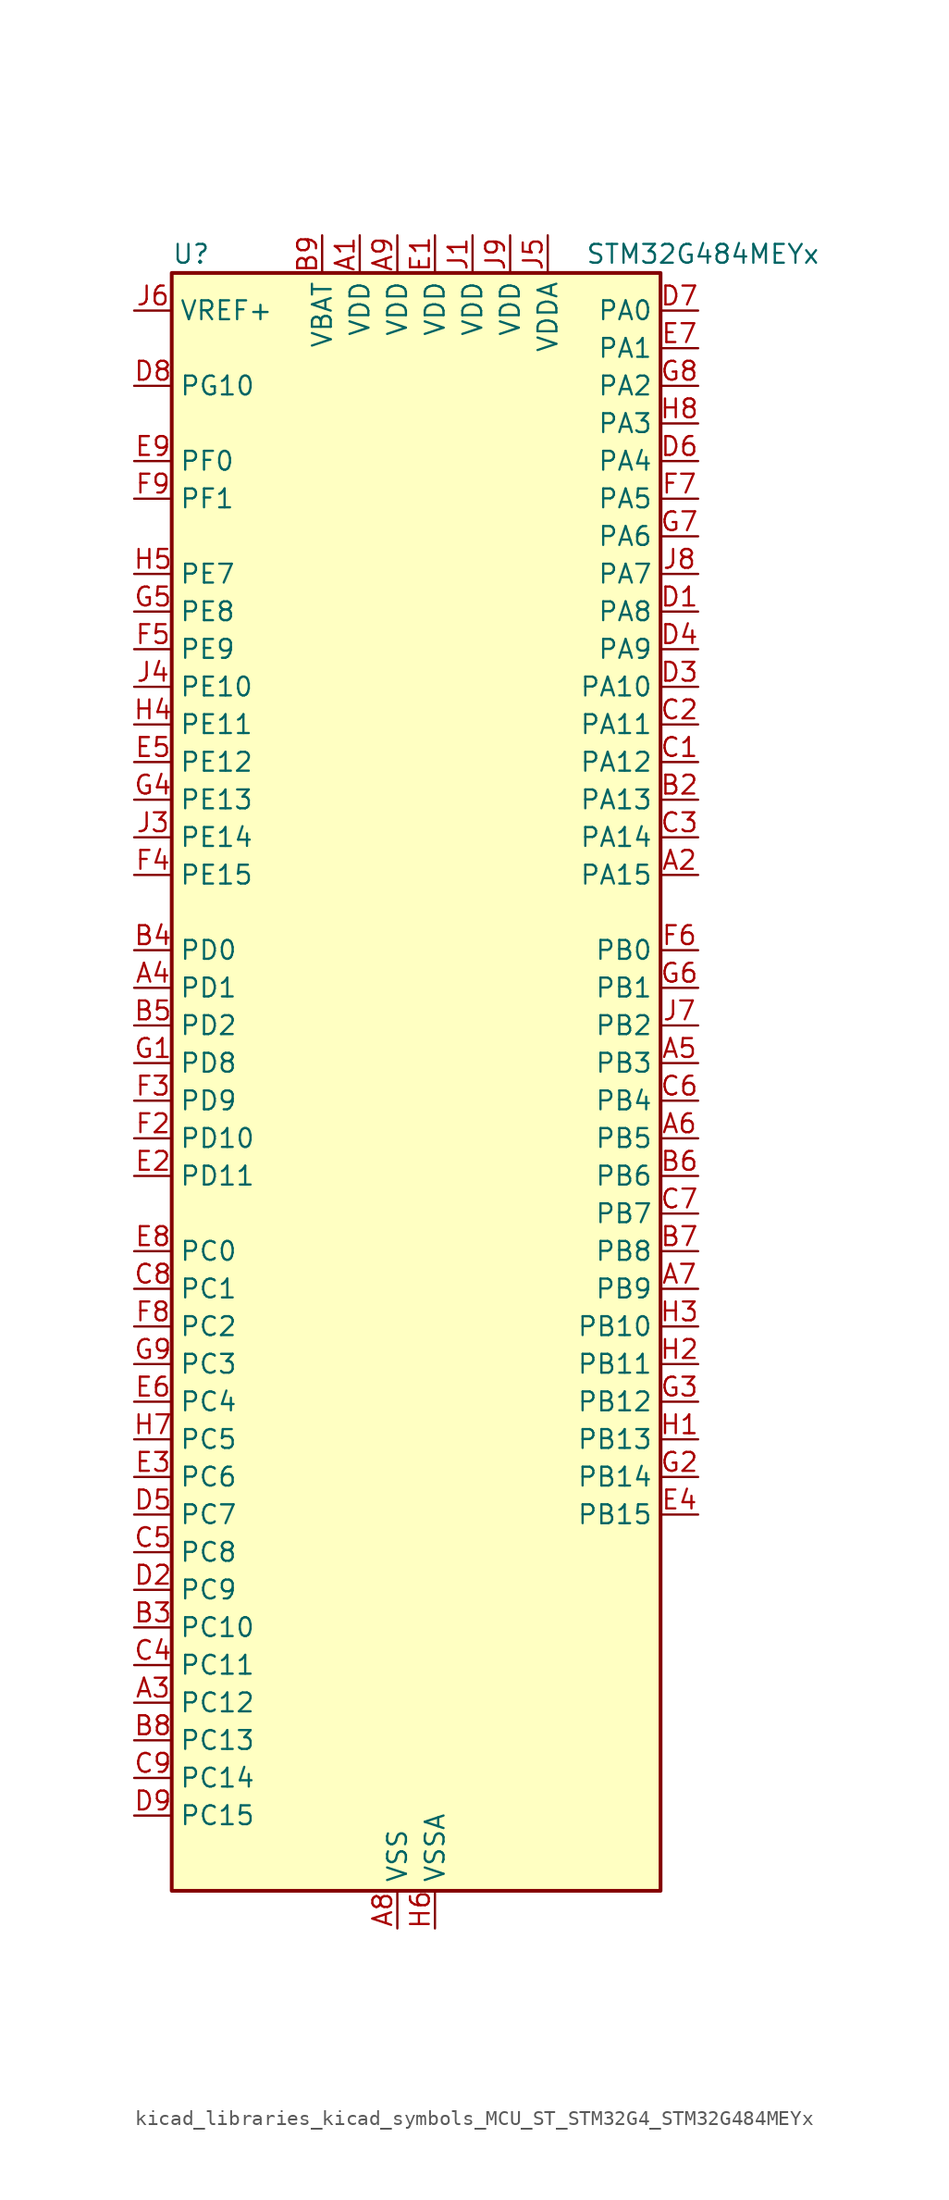
<source format=kicad_sym>
(kicad_symbol_lib
  (version 20220914)
  (generator kicad_symbol_editor)
  (symbol "kicad_libraries_kicad_symbols_MCU_ST_STM32G4_STM32G484MEYx"
    (property "Reference" "U"
      (at -15.24 57.15 0)
      (effects (font (size 1.27 1.27)) (justify left)))
    (property "Value" "STM32G484MEYx"
      (at 12.7 57.15 0)
      (effects (font (size 1.27 1.27)) (justify left)))
    (property "ki_locked" ""
      (at 0 0 0)
      (effects (font (size 1.27 1.27))))
    (symbol "kicad_libraries_kicad_symbols_MCU_ST_STM32G4_STM32G484MEYx_0_1"
      (rectangle (start -15.24 -53.34) (end 17.78 55.88) (stroke (width 0.254) (type default)) (fill (type background))))
    (symbol "kicad_libraries_kicad_symbols_MCU_ST_STM32G4_STM32G484MEYx_1_1"
      (pin power_in line (at -2.54 58.42 270) (length 2.54) (name "VDD" (effects (font (size 1.27 1.27)))) (number "A1" (effects (font (size 1.27 1.27)))))
      (pin bidirectional line (at 20.32 15.24 180) (length 2.54) (name "PA15" (effects (font (size 1.27 1.27)))) (number "A2" (effects (font (size 1.27 1.27)))) (alternate "ADC1_EXTI15" bidirectional line) (alternate "ADC2_EXTI15" bidirectional line) (alternate "FDCAN3_TX" bidirectional line) (alternate "HRTIM1_FLT2" bidirectional line) (alternate "I2C1_SCL" bidirectional line) (alternate "I2S3_WS" bidirectional line) (alternate "SPI1_NSS" bidirectional line) (alternate "SPI3_NSS" bidirectional line) (alternate "SYS_JTDI" bidirectional line) (alternate "TIM1_BKIN" bidirectional line) (alternate "TIM2_CH1" bidirectional line) (alternate "TIM2_ETR" bidirectional line) (alternate "TIM8_CH1" bidirectional line) (alternate "UART4_DE" bidirectional line) (alternate "UART4_RTS" bidirectional line) (alternate "USART2_RX" bidirectional line))
      (pin bidirectional line (at -17.78 -40.64 0) (length 2.54) (name "PC12" (effects (font (size 1.27 1.27)))) (number "A3" (effects (font (size 1.27 1.27)))) (alternate "HRTIM1_EEV1" bidirectional line) (alternate "I2S3_SD" bidirectional line) (alternate "SPI3_MOSI" bidirectional line) (alternate "TIM5_CH2" bidirectional line) (alternate "TIM8_CH3N" bidirectional line) (alternate "UART5_TX" bidirectional line) (alternate "UCPD1_FRSTX1" bidirectional line) (alternate "UCPD1_FRSTX2" bidirectional line) (alternate "USART3_CK" bidirectional line))
      (pin bidirectional line (at -17.78 7.62 0) (length 2.54) (name "PD1" (effects (font (size 1.27 1.27)))) (number "A4" (effects (font (size 1.27 1.27)))) (alternate "FDCAN1_TX" bidirectional line) (alternate "TIM8_BKIN2" bidirectional line) (alternate "TIM8_CH4" bidirectional line))
      (pin bidirectional line (at 20.32 2.54 180) (length 2.54) (name "PB3" (effects (font (size 1.27 1.27)))) (number "A5" (effects (font (size 1.27 1.27)))) (alternate "ADC3_EXTI3" bidirectional line) (alternate "ADC4_EXTI3" bidirectional line) (alternate "ADC5_EXTI3" bidirectional line) (alternate "CRS_SYNC" bidirectional line) (alternate "FDCAN3_RX" bidirectional line) (alternate "HRTIM1_EEV9" bidirectional line) (alternate "HRTIM1_SCOUT" bidirectional line) (alternate "I2S3_CK" bidirectional line) (alternate "SAI1_SCK_B" bidirectional line) (alternate "SPI1_SCK" bidirectional line) (alternate "SPI3_SCK" bidirectional line) (alternate "SYS_JTDO-SWO" bidirectional line) (alternate "TIM2_CH2" bidirectional line) (alternate "TIM3_ETR" bidirectional line) (alternate "TIM4_ETR" bidirectional line) (alternate "TIM8_CH1N" bidirectional line) (alternate "USART2_TX" bidirectional line))
      (pin bidirectional line (at 20.32 -2.54 180) (length 2.54) (name "PB5" (effects (font (size 1.27 1.27)))) (number "A6" (effects (font (size 1.27 1.27)))) (alternate "FDCAN2_RX" bidirectional line) (alternate "HRTIM1_EEV6" bidirectional line) (alternate "I2C1_SMBA" bidirectional line) (alternate "I2C3_SDA" bidirectional line) (alternate "I2S3_SD" bidirectional line) (alternate "LPTIM1_IN1" bidirectional line) (alternate "SAI1_SD_B" bidirectional line) (alternate "SPI1_MOSI" bidirectional line) (alternate "SPI3_MOSI" bidirectional line) (alternate "TIM16_BKIN" bidirectional line) (alternate "TIM17_CH1" bidirectional line) (alternate "TIM3_CH2" bidirectional line) (alternate "TIM8_CH3N" bidirectional line) (alternate "UART5_CTS" bidirectional line) (alternate "USART2_CK" bidirectional line))
      (pin bidirectional line (at 20.32 -12.7 180) (length 2.54) (name "PB9" (effects (font (size 1.27 1.27)))) (number "A7" (effects (font (size 1.27 1.27)))) (alternate "COMP2_OUT" bidirectional line) (alternate "DAC1_EXTI9" bidirectional line) (alternate "DAC2_EXTI9" bidirectional line) (alternate "DAC3_EXTI9" bidirectional line) (alternate "DAC4_EXTI9" bidirectional line) (alternate "FDCAN1_TX" bidirectional line) (alternate "HRTIM1_EEV5" bidirectional line) (alternate "I2C1_SDA" bidirectional line) (alternate "IR_OUT" bidirectional line) (alternate "SAI1_D2" bidirectional line) (alternate "SAI1_FS_A" bidirectional line) (alternate "TIM17_CH1" bidirectional line) (alternate "TIM1_CH3N" bidirectional line) (alternate "TIM4_CH4" bidirectional line) (alternate "TIM8_CH3" bidirectional line) (alternate "USART3_TX" bidirectional line))
      (pin power_in line (at 0 -55.88 90) (length 2.54) (name "VSS" (effects (font (size 1.27 1.27)))) (number "A8" (effects (font (size 1.27 1.27)))))
      (pin power_in line (at 0 58.42 270) (length 2.54) (name "VDD" (effects (font (size 1.27 1.27)))) (number "A9" (effects (font (size 1.27 1.27)))))
      (pin passive line (at 0 -55.88 90) (length 2.54) hide (name "VSS" (effects (font (size 1.27 1.27)))) (number "B1" (effects (font (size 1.27 1.27)))))
      (pin bidirectional line (at 20.32 20.32 180) (length 2.54) (name "PA13" (effects (font (size 1.27 1.27)))) (number "B2" (effects (font (size 1.27 1.27)))) (alternate "I2C1_SCL" bidirectional line) (alternate "I2C4_SCL" bidirectional line) (alternate "IR_OUT" bidirectional line) (alternate "SAI1_SD_B" bidirectional line) (alternate "SYS_JTMS-SWDIO" bidirectional line) (alternate "TIM16_CH1N" bidirectional line) (alternate "TIM4_CH3" bidirectional line) (alternate "USART3_CTS" bidirectional line) (alternate "USART3_NSS" bidirectional line))
      (pin bidirectional line (at -17.78 -35.56 0) (length 2.54) (name "PC10" (effects (font (size 1.27 1.27)))) (number "B3" (effects (font (size 1.27 1.27)))) (alternate "DAC1_EXTI10" bidirectional line) (alternate "DAC2_EXTI10" bidirectional line) (alternate "DAC3_EXTI10" bidirectional line) (alternate "DAC4_EXTI10" bidirectional line) (alternate "HRTIM1_FLT6" bidirectional line) (alternate "I2S3_CK" bidirectional line) (alternate "SPI3_SCK" bidirectional line) (alternate "TIM8_CH1N" bidirectional line) (alternate "UART4_TX" bidirectional line) (alternate "USART3_TX" bidirectional line))
      (pin bidirectional line (at -17.78 10.16 0) (length 2.54) (name "PD0" (effects (font (size 1.27 1.27)))) (number "B4" (effects (font (size 1.27 1.27)))) (alternate "FDCAN1_RX" bidirectional line) (alternate "TIM8_CH4N" bidirectional line))
      (pin bidirectional line (at -17.78 5.08 0) (length 2.54) (name "PD2" (effects (font (size 1.27 1.27)))) (number "B5" (effects (font (size 1.27 1.27)))) (alternate "ADC3_EXTI2" bidirectional line) (alternate "ADC4_EXTI2" bidirectional line) (alternate "ADC5_EXTI2" bidirectional line) (alternate "TIM3_ETR" bidirectional line) (alternate "TIM8_BKIN" bidirectional line) (alternate "UART5_RX" bidirectional line))
      (pin bidirectional line (at 20.32 -5.08 180) (length 2.54) (name "PB6" (effects (font (size 1.27 1.27)))) (number "B6" (effects (font (size 1.27 1.27)))) (alternate "COMP4_OUT" bidirectional line) (alternate "FDCAN2_TX" bidirectional line) (alternate "HRTIM1_EEV4" bidirectional line) (alternate "HRTIM1_SCIN" bidirectional line) (alternate "LPTIM1_ETR" bidirectional line) (alternate "SAI1_FS_B" bidirectional line) (alternate "TIM16_CH1N" bidirectional line) (alternate "TIM4_CH1" bidirectional line) (alternate "TIM8_BKIN2" bidirectional line) (alternate "TIM8_CH1" bidirectional line) (alternate "TIM8_ETR" bidirectional line) (alternate "UCPD1_CC1" bidirectional line) (alternate "USART1_TX" bidirectional line))
      (pin bidirectional line (at 20.32 -10.16 180) (length 2.54) (name "PB8" (effects (font (size 1.27 1.27)))) (number "B7" (effects (font (size 1.27 1.27)))) (alternate "COMP1_OUT" bidirectional line) (alternate "FDCAN1_RX" bidirectional line) (alternate "HRTIM1_EEV8" bidirectional line) (alternate "I2C1_SCL" bidirectional line) (alternate "SAI1_CK1" bidirectional line) (alternate "SAI1_MCLK_A" bidirectional line) (alternate "TIM16_CH1" bidirectional line) (alternate "TIM1_BKIN" bidirectional line) (alternate "TIM4_CH3" bidirectional line) (alternate "TIM8_CH2" bidirectional line) (alternate "USART3_RX" bidirectional line))
      (pin bidirectional line (at -17.78 -43.18 0) (length 2.54) (name "PC13" (effects (font (size 1.27 1.27)))) (number "B8" (effects (font (size 1.27 1.27)))) (alternate "RTC_OUT1" bidirectional line) (alternate "RTC_TAMP1" bidirectional line) (alternate "RTC_TS" bidirectional line) (alternate "SYS_WKUP2" bidirectional line) (alternate "TIM1_BKIN" bidirectional line) (alternate "TIM1_CH1N" bidirectional line) (alternate "TIM8_CH4N" bidirectional line))
      (pin power_in line (at -5.08 58.42 270) (length 2.54) (name "VBAT" (effects (font (size 1.27 1.27)))) (number "B9" (effects (font (size 1.27 1.27)))))
      (pin bidirectional line (at 20.32 22.86 180) (length 2.54) (name "PA12" (effects (font (size 1.27 1.27)))) (number "C1" (effects (font (size 1.27 1.27)))) (alternate "COMP2_OUT" bidirectional line) (alternate "FDCAN1_TX" bidirectional line) (alternate "HRTIM1_FLT1" bidirectional line) (alternate "I2S_CKIN" bidirectional line) (alternate "TIM16_CH1" bidirectional line) (alternate "TIM1_CH2N" bidirectional line) (alternate "TIM1_ETR" bidirectional line) (alternate "TIM4_CH2" bidirectional line) (alternate "USART1_DE" bidirectional line) (alternate "USART1_RTS" bidirectional line) (alternate "USB_DP" bidirectional line))
      (pin bidirectional line (at 20.32 25.4 180) (length 2.54) (name "PA11" (effects (font (size 1.27 1.27)))) (number "C2" (effects (font (size 1.27 1.27)))) (alternate "ADC1_EXTI11" bidirectional line) (alternate "ADC2_EXTI11" bidirectional line) (alternate "COMP1_OUT" bidirectional line) (alternate "FDCAN1_RX" bidirectional line) (alternate "HRTIM1_CHB2" bidirectional line) (alternate "I2S2_SD" bidirectional line) (alternate "SPI2_MOSI" bidirectional line) (alternate "TIM1_BKIN2" bidirectional line) (alternate "TIM1_CH1N" bidirectional line) (alternate "TIM1_CH4" bidirectional line) (alternate "TIM4_CH1" bidirectional line) (alternate "USART1_CTS" bidirectional line) (alternate "USART1_NSS" bidirectional line) (alternate "USB_DM" bidirectional line))
      (pin bidirectional line (at 20.32 17.78 180) (length 2.54) (name "PA14" (effects (font (size 1.27 1.27)))) (number "C3" (effects (font (size 1.27 1.27)))) (alternate "I2C1_SDA" bidirectional line) (alternate "I2C4_SMBA" bidirectional line) (alternate "LPTIM1_OUT" bidirectional line) (alternate "SAI1_FS_B" bidirectional line) (alternate "SYS_JTCK-SWCLK" bidirectional line) (alternate "TIM1_BKIN" bidirectional line) (alternate "TIM8_CH2" bidirectional line) (alternate "USART2_TX" bidirectional line))
      (pin bidirectional line (at -17.78 -38.1 0) (length 2.54) (name "PC11" (effects (font (size 1.27 1.27)))) (number "C4" (effects (font (size 1.27 1.27)))) (alternate "ADC1_EXTI11" bidirectional line) (alternate "ADC2_EXTI11" bidirectional line) (alternate "HRTIM1_EEV2" bidirectional line) (alternate "I2C3_SDA" bidirectional line) (alternate "SPI3_MISO" bidirectional line) (alternate "TIM8_CH2N" bidirectional line) (alternate "UART4_RX" bidirectional line) (alternate "USART3_RX" bidirectional line))
      (pin bidirectional line (at -17.78 -30.48 0) (length 2.54) (name "PC8" (effects (font (size 1.27 1.27)))) (number "C5" (effects (font (size 1.27 1.27)))) (alternate "COMP7_OUT" bidirectional line) (alternate "HRTIM1_CHE1" bidirectional line) (alternate "I2C3_SCL" bidirectional line) (alternate "TIM20_CH3" bidirectional line) (alternate "TIM3_CH3" bidirectional line) (alternate "TIM8_CH3" bidirectional line))
      (pin bidirectional line (at 20.32 0 180) (length 2.54) (name "PB4" (effects (font (size 1.27 1.27)))) (number "C6" (effects (font (size 1.27 1.27)))) (alternate "FDCAN3_TX" bidirectional line) (alternate "HRTIM1_EEV7" bidirectional line) (alternate "SAI1_MCLK_B" bidirectional line) (alternate "SPI1_MISO" bidirectional line) (alternate "SPI3_MISO" bidirectional line) (alternate "SYS_JTRST" bidirectional line) (alternate "TIM16_CH1" bidirectional line) (alternate "TIM17_BKIN" bidirectional line) (alternate "TIM3_CH1" bidirectional line) (alternate "TIM8_CH2N" bidirectional line) (alternate "UART5_DE" bidirectional line) (alternate "UART5_RTS" bidirectional line) (alternate "UCPD1_CC2" bidirectional line) (alternate "USART2_RX" bidirectional line))
      (pin bidirectional line (at 20.32 -7.62 180) (length 2.54) (name "PB7" (effects (font (size 1.27 1.27)))) (number "C7" (effects (font (size 1.27 1.27)))) (alternate "COMP3_OUT" bidirectional line) (alternate "HRTIM1_EEV3" bidirectional line) (alternate "I2C1_SDA" bidirectional line) (alternate "I2C4_SDA" bidirectional line) (alternate "LPTIM1_IN2" bidirectional line) (alternate "SYS_PVD_IN" bidirectional line) (alternate "TIM17_CH1N" bidirectional line) (alternate "TIM3_CH4" bidirectional line) (alternate "TIM4_CH2" bidirectional line) (alternate "TIM8_BKIN" bidirectional line) (alternate "UART4_CTS" bidirectional line) (alternate "USART1_RX" bidirectional line))
      (pin bidirectional line (at -17.78 -12.7 0) (length 2.54) (name "PC1" (effects (font (size 1.27 1.27)))) (number "C8" (effects (font (size 1.27 1.27)))) (alternate "ADC1_IN7" bidirectional line) (alternate "ADC2_IN7" bidirectional line) (alternate "COMP3_INP" bidirectional line) (alternate "LPTIM1_OUT" bidirectional line) (alternate "LPUART1_TX" bidirectional line) (alternate "QUADSPI1_BK2_IO0" bidirectional line) (alternate "SAI1_SD_A" bidirectional line) (alternate "TIM1_CH2" bidirectional line))
      (pin bidirectional line (at -17.78 -45.72 0) (length 2.54) (name "PC14" (effects (font (size 1.27 1.27)))) (number "C9" (effects (font (size 1.27 1.27)))) (alternate "RCC_OSC32_IN" bidirectional line))
      (pin bidirectional line (at 20.32 33.02 180) (length 2.54) (name "PA8" (effects (font (size 1.27 1.27)))) (number "D1" (effects (font (size 1.27 1.27)))) (alternate "ADC5_IN1" bidirectional line) (alternate "COMP7_OUT" bidirectional line) (alternate "FDCAN3_RX" bidirectional line) (alternate "HRTIM1_CHA1" bidirectional line) (alternate "I2C2_SDA" bidirectional line) (alternate "I2C3_SCL" bidirectional line) (alternate "I2S2_MCK" bidirectional line) (alternate "OPAMP5_VOUT" bidirectional line) (alternate "RCC_MCO" bidirectional line) (alternate "SAI1_CK2" bidirectional line) (alternate "SAI1_SCK_A" bidirectional line) (alternate "TIM1_CH1" bidirectional line) (alternate "TIM4_ETR" bidirectional line) (alternate "USART1_CK" bidirectional line))
      (pin bidirectional line (at -17.78 -33.02 0) (length 2.54) (name "PC9" (effects (font (size 1.27 1.27)))) (number "D2" (effects (font (size 1.27 1.27)))) (alternate "DAC1_EXTI9" bidirectional line) (alternate "DAC2_EXTI9" bidirectional line) (alternate "DAC3_EXTI9" bidirectional line) (alternate "DAC4_EXTI9" bidirectional line) (alternate "HRTIM1_CHE2" bidirectional line) (alternate "I2C3_SDA" bidirectional line) (alternate "I2S_CKIN" bidirectional line) (alternate "TIM3_CH4" bidirectional line) (alternate "TIM8_BKIN2" bidirectional line) (alternate "TIM8_CH4" bidirectional line))
      (pin bidirectional line (at 20.32 27.94 180) (length 2.54) (name "PA10" (effects (font (size 1.27 1.27)))) (number "D3" (effects (font (size 1.27 1.27)))) (alternate "COMP6_OUT" bidirectional line) (alternate "CRS_SYNC" bidirectional line) (alternate "DAC1_EXTI10" bidirectional line) (alternate "DAC2_EXTI10" bidirectional line) (alternate "DAC3_EXTI10" bidirectional line) (alternate "DAC4_EXTI10" bidirectional line) (alternate "HRTIM1_CHB1" bidirectional line) (alternate "I2C2_SMBA" bidirectional line) (alternate "SAI1_D1" bidirectional line) (alternate "SAI1_SD_A" bidirectional line) (alternate "SPI2_MISO" bidirectional line) (alternate "TIM17_BKIN" bidirectional line) (alternate "TIM1_CH3" bidirectional line) (alternate "TIM2_CH4" bidirectional line) (alternate "TIM8_BKIN" bidirectional line) (alternate "UCPD1_DBCC2" bidirectional line) (alternate "USART1_RX" bidirectional line))
      (pin bidirectional line (at 20.32 30.48 180) (length 2.54) (name "PA9" (effects (font (size 1.27 1.27)))) (number "D4" (effects (font (size 1.27 1.27)))) (alternate "ADC5_IN2" bidirectional line) (alternate "COMP5_OUT" bidirectional line) (alternate "DAC1_EXTI9" bidirectional line) (alternate "DAC2_EXTI9" bidirectional line) (alternate "DAC3_EXTI9" bidirectional line) (alternate "DAC4_EXTI9" bidirectional line) (alternate "HRTIM1_CHA2" bidirectional line) (alternate "I2C2_SCL" bidirectional line) (alternate "I2C3_SMBA" bidirectional line) (alternate "I2S3_MCK" bidirectional line) (alternate "SAI1_FS_A" bidirectional line) (alternate "TIM15_BKIN" bidirectional line) (alternate "TIM1_CH2" bidirectional line) (alternate "TIM2_CH3" bidirectional line) (alternate "UCPD1_DBCC1" bidirectional line) (alternate "USART1_TX" bidirectional line))
      (pin bidirectional line (at -17.78 -27.94 0) (length 2.54) (name "PC7" (effects (font (size 1.27 1.27)))) (number "D5" (effects (font (size 1.27 1.27)))) (alternate "COMP5_OUT" bidirectional line) (alternate "HRTIM1_CHF2" bidirectional line) (alternate "HRTIM1_FLT5" bidirectional line) (alternate "I2C4_SDA" bidirectional line) (alternate "I2S3_MCK" bidirectional line) (alternate "TIM3_CH2" bidirectional line) (alternate "TIM8_CH2" bidirectional line))
      (pin bidirectional line (at 20.32 43.18 180) (length 2.54) (name "PA4" (effects (font (size 1.27 1.27)))) (number "D6" (effects (font (size 1.27 1.27)))) (alternate "ADC2_IN17" bidirectional line) (alternate "COMP1_INM" bidirectional line) (alternate "DAC1_OUT1" bidirectional line) (alternate "I2S3_WS" bidirectional line) (alternate "SAI1_FS_B" bidirectional line) (alternate "SPI1_NSS" bidirectional line) (alternate "SPI3_NSS" bidirectional line) (alternate "TIM3_CH2" bidirectional line) (alternate "USART2_CK" bidirectional line))
      (pin bidirectional line (at 20.32 53.34 180) (length 2.54) (name "PA0" (effects (font (size 1.27 1.27)))) (number "D7" (effects (font (size 1.27 1.27)))) (alternate "ADC1_IN1" bidirectional line) (alternate "ADC2_IN1" bidirectional line) (alternate "COMP1_INM" bidirectional line) (alternate "COMP1_OUT" bidirectional line) (alternate "COMP3_INP" bidirectional line) (alternate "RTC_TAMP2" bidirectional line) (alternate "SYS_WKUP1" bidirectional line) (alternate "TIM2_CH1" bidirectional line) (alternate "TIM2_ETR" bidirectional line) (alternate "TIM5_CH1" bidirectional line) (alternate "TIM8_BKIN" bidirectional line) (alternate "TIM8_ETR" bidirectional line) (alternate "USART2_CTS" bidirectional line) (alternate "USART2_NSS" bidirectional line))
      (pin bidirectional line (at -17.78 48.26 0) (length 2.54) (name "PG10" (effects (font (size 1.27 1.27)))) (number "D8" (effects (font (size 1.27 1.27)))) (alternate "DAC1_EXTI10" bidirectional line) (alternate "DAC2_EXTI10" bidirectional line) (alternate "DAC3_EXTI10" bidirectional line) (alternate "DAC4_EXTI10" bidirectional line) (alternate "RCC_MCO" bidirectional line))
      (pin bidirectional line (at -17.78 -48.26 0) (length 2.54) (name "PC15" (effects (font (size 1.27 1.27)))) (number "D9" (effects (font (size 1.27 1.27)))) (alternate "ADC1_EXTI15" bidirectional line) (alternate "ADC2_EXTI15" bidirectional line) (alternate "RCC_OSC32_OUT" bidirectional line))
      (pin power_in line (at 2.54 58.42 270) (length 2.54) (name "VDD" (effects (font (size 1.27 1.27)))) (number "E1" (effects (font (size 1.27 1.27)))))
      (pin bidirectional line (at -17.78 -5.08 0) (length 2.54) (name "PD11" (effects (font (size 1.27 1.27)))) (number "E2" (effects (font (size 1.27 1.27)))) (alternate "ADC1_EXTI11" bidirectional line) (alternate "ADC2_EXTI11" bidirectional line) (alternate "ADC3_IN8" bidirectional line) (alternate "ADC4_IN8" bidirectional line) (alternate "ADC5_IN8" bidirectional line) (alternate "COMP6_INP" bidirectional line) (alternate "I2C4_SMBA" bidirectional line) (alternate "OPAMP4_VINP" bidirectional line) (alternate "OPAMP4_VINP_SEC" bidirectional line) (alternate "TIM5_ETR" bidirectional line) (alternate "USART3_CTS" bidirectional line) (alternate "USART3_NSS" bidirectional line))
      (pin bidirectional line (at -17.78 -25.4 0) (length 2.54) (name "PC6" (effects (font (size 1.27 1.27)))) (number "E3" (effects (font (size 1.27 1.27)))) (alternate "COMP6_OUT" bidirectional line) (alternate "HRTIM1_CHF1" bidirectional line) (alternate "HRTIM1_EEV10" bidirectional line) (alternate "I2C4_SCL" bidirectional line) (alternate "I2S2_MCK" bidirectional line) (alternate "TIM3_CH1" bidirectional line) (alternate "TIM8_CH1" bidirectional line))
      (pin bidirectional line (at 20.32 -27.94 180) (length 2.54) (name "PB15" (effects (font (size 1.27 1.27)))) (number "E4" (effects (font (size 1.27 1.27)))) (alternate "ADC1_EXTI15" bidirectional line) (alternate "ADC2_EXTI15" bidirectional line) (alternate "ADC2_IN15" bidirectional line) (alternate "ADC4_IN5" bidirectional line) (alternate "COMP3_OUT" bidirectional line) (alternate "COMP6_INM" bidirectional line) (alternate "HRTIM1_CHD2" bidirectional line) (alternate "I2S2_SD" bidirectional line) (alternate "OPAMP5_VINM" bidirectional line) (alternate "OPAMP5_VINM0" bidirectional line) (alternate "OPAMP5_VINM_SEC" bidirectional line) (alternate "RTC_REFIN" bidirectional line) (alternate "SPI2_MOSI" bidirectional line) (alternate "TIM15_CH1N" bidirectional line) (alternate "TIM15_CH2" bidirectional line) (alternate "TIM1_CH3N" bidirectional line))
      (pin bidirectional line (at -17.78 22.86 0) (length 2.54) (name "PE12" (effects (font (size 1.27 1.27)))) (number "E5" (effects (font (size 1.27 1.27)))) (alternate "ADC3_IN16" bidirectional line) (alternate "ADC4_IN16" bidirectional line) (alternate "ADC5_IN16" bidirectional line) (alternate "QUADSPI1_BK1_IO0" bidirectional line) (alternate "SPI4_SCK" bidirectional line) (alternate "TIM1_CH3N" bidirectional line))
      (pin bidirectional line (at -17.78 -20.32 0) (length 2.54) (name "PC4" (effects (font (size 1.27 1.27)))) (number "E6" (effects (font (size 1.27 1.27)))) (alternate "ADC2_IN5" bidirectional line) (alternate "I2C2_SCL" bidirectional line) (alternate "QUADSPI1_BK2_IO3" bidirectional line) (alternate "TIM1_ETR" bidirectional line) (alternate "USART1_TX" bidirectional line))
      (pin bidirectional line (at 20.32 50.8 180) (length 2.54) (name "PA1" (effects (font (size 1.27 1.27)))) (number "E7" (effects (font (size 1.27 1.27)))) (alternate "ADC1_IN2" bidirectional line) (alternate "ADC2_IN2" bidirectional line) (alternate "COMP1_INP" bidirectional line) (alternate "OPAMP1_VINP" bidirectional line) (alternate "OPAMP1_VINP_SEC" bidirectional line) (alternate "OPAMP3_VINP" bidirectional line) (alternate "OPAMP3_VINP_SEC" bidirectional line) (alternate "OPAMP6_VINM" bidirectional line) (alternate "OPAMP6_VINM0" bidirectional line) (alternate "OPAMP6_VINM_SEC" bidirectional line) (alternate "RTC_REFIN" bidirectional line) (alternate "TIM15_CH1N" bidirectional line) (alternate "TIM2_CH2" bidirectional line) (alternate "TIM5_CH2" bidirectional line) (alternate "USART2_DE" bidirectional line) (alternate "USART2_RTS" bidirectional line))
      (pin bidirectional line (at -17.78 -10.16 0) (length 2.54) (name "PC0" (effects (font (size 1.27 1.27)))) (number "E8" (effects (font (size 1.27 1.27)))) (alternate "ADC1_IN6" bidirectional line) (alternate "ADC2_IN6" bidirectional line) (alternate "COMP3_INM" bidirectional line) (alternate "LPTIM1_IN1" bidirectional line) (alternate "LPUART1_RX" bidirectional line) (alternate "TIM1_CH1" bidirectional line))
      (pin bidirectional line (at -17.78 43.18 0) (length 2.54) (name "PF0" (effects (font (size 1.27 1.27)))) (number "E9" (effects (font (size 1.27 1.27)))) (alternate "ADC1_IN10" bidirectional line) (alternate "I2C2_SDA" bidirectional line) (alternate "I2S2_WS" bidirectional line) (alternate "RCC_OSC_IN" bidirectional line) (alternate "SPI2_NSS" bidirectional line) (alternate "TIM1_CH3N" bidirectional line))
      (pin passive line (at 0 -55.88 90) (length 2.54) hide (name "VSS" (effects (font (size 1.27 1.27)))) (number "F1" (effects (font (size 1.27 1.27)))))
      (pin bidirectional line (at -17.78 -2.54 0) (length 2.54) (name "PD10" (effects (font (size 1.27 1.27)))) (number "F2" (effects (font (size 1.27 1.27)))) (alternate "ADC3_IN7" bidirectional line) (alternate "ADC4_IN7" bidirectional line) (alternate "ADC5_IN7" bidirectional line) (alternate "COMP6_INM" bidirectional line) (alternate "DAC1_EXTI10" bidirectional line) (alternate "DAC2_EXTI10" bidirectional line) (alternate "DAC3_EXTI10" bidirectional line) (alternate "DAC4_EXTI10" bidirectional line) (alternate "USART3_CK" bidirectional line))
      (pin bidirectional line (at -17.78 0 0) (length 2.54) (name "PD9" (effects (font (size 1.27 1.27)))) (number "F3" (effects (font (size 1.27 1.27)))) (alternate "ADC4_IN13" bidirectional line) (alternate "ADC5_IN13" bidirectional line) (alternate "DAC1_EXTI9" bidirectional line) (alternate "DAC2_EXTI9" bidirectional line) (alternate "DAC3_EXTI9" bidirectional line) (alternate "DAC4_EXTI9" bidirectional line) (alternate "OPAMP6_VINP" bidirectional line) (alternate "OPAMP6_VINP_SEC" bidirectional line) (alternate "USART3_RX" bidirectional line))
      (pin bidirectional line (at -17.78 15.24 0) (length 2.54) (name "PE15" (effects (font (size 1.27 1.27)))) (number "F4" (effects (font (size 1.27 1.27)))) (alternate "ADC1_EXTI15" bidirectional line) (alternate "ADC2_EXTI15" bidirectional line) (alternate "ADC4_IN2" bidirectional line) (alternate "QUADSPI1_BK1_IO3" bidirectional line) (alternate "TIM1_BKIN" bidirectional line) (alternate "TIM1_CH4N" bidirectional line) (alternate "USART3_RX" bidirectional line))
      (pin bidirectional line (at -17.78 30.48 0) (length 2.54) (name "PE9" (effects (font (size 1.27 1.27)))) (number "F5" (effects (font (size 1.27 1.27)))) (alternate "ADC3_IN2" bidirectional line) (alternate "DAC1_EXTI9" bidirectional line) (alternate "DAC2_EXTI9" bidirectional line) (alternate "DAC3_EXTI9" bidirectional line) (alternate "DAC4_EXTI9" bidirectional line) (alternate "SAI1_FS_B" bidirectional line) (alternate "TIM1_CH1" bidirectional line) (alternate "TIM5_CH4" bidirectional line))
      (pin bidirectional line (at 20.32 10.16 180) (length 2.54) (name "PB0" (effects (font (size 1.27 1.27)))) (number "F6" (effects (font (size 1.27 1.27)))) (alternate "ADC1_IN15" bidirectional line) (alternate "ADC3_IN12" bidirectional line) (alternate "COMP4_INP" bidirectional line) (alternate "HRTIM1_FLT5" bidirectional line) (alternate "OPAMP2_VINP" bidirectional line) (alternate "OPAMP2_VINP_SEC" bidirectional line) (alternate "OPAMP3_VINP" bidirectional line) (alternate "OPAMP3_VINP_SEC" bidirectional line) (alternate "QUADSPI1_BK1_IO1" bidirectional line) (alternate "TIM1_CH2N" bidirectional line) (alternate "TIM3_CH3" bidirectional line) (alternate "TIM8_CH2N" bidirectional line) (alternate "UCPD1_FRSTX1" bidirectional line) (alternate "UCPD1_FRSTX2" bidirectional line))
      (pin bidirectional line (at 20.32 40.64 180) (length 2.54) (name "PA5" (effects (font (size 1.27 1.27)))) (number "F7" (effects (font (size 1.27 1.27)))) (alternate "ADC2_IN13" bidirectional line) (alternate "COMP2_INM" bidirectional line) (alternate "DAC1_OUT2" bidirectional line) (alternate "OPAMP2_VINM" bidirectional line) (alternate "OPAMP2_VINM0" bidirectional line) (alternate "OPAMP2_VINM_SEC" bidirectional line) (alternate "SPI1_SCK" bidirectional line) (alternate "TIM2_CH1" bidirectional line) (alternate "TIM2_ETR" bidirectional line) (alternate "UCPD1_FRSTX1" bidirectional line) (alternate "UCPD1_FRSTX2" bidirectional line))
      (pin bidirectional line (at -17.78 -15.24 0) (length 2.54) (name "PC2" (effects (font (size 1.27 1.27)))) (number "F8" (effects (font (size 1.27 1.27)))) (alternate "ADC1_IN8" bidirectional line) (alternate "ADC2_IN8" bidirectional line) (alternate "ADC3_EXTI2" bidirectional line) (alternate "ADC4_EXTI2" bidirectional line) (alternate "ADC5_EXTI2" bidirectional line) (alternate "COMP3_OUT" bidirectional line) (alternate "LPTIM1_IN2" bidirectional line) (alternate "QUADSPI1_BK2_IO1" bidirectional line) (alternate "TIM1_CH3" bidirectional line) (alternate "TIM20_CH2" bidirectional line))
      (pin bidirectional line (at -17.78 40.64 0) (length 2.54) (name "PF1" (effects (font (size 1.27 1.27)))) (number "F9" (effects (font (size 1.27 1.27)))) (alternate "ADC2_IN10" bidirectional line) (alternate "COMP3_INM" bidirectional line) (alternate "I2S2_CK" bidirectional line) (alternate "RCC_OSC_OUT" bidirectional line) (alternate "SPI2_SCK" bidirectional line))
      (pin bidirectional line (at -17.78 2.54 0) (length 2.54) (name "PD8" (effects (font (size 1.27 1.27)))) (number "G1" (effects (font (size 1.27 1.27)))) (alternate "ADC4_IN12" bidirectional line) (alternate "ADC5_IN12" bidirectional line) (alternate "OPAMP4_VINM" bidirectional line) (alternate "OPAMP4_VINM1" bidirectional line) (alternate "OPAMP4_VINM_SEC" bidirectional line) (alternate "USART3_TX" bidirectional line))
      (pin bidirectional line (at 20.32 -25.4 180) (length 2.54) (name "PB14" (effects (font (size 1.27 1.27)))) (number "G2" (effects (font (size 1.27 1.27)))) (alternate "ADC1_IN5" bidirectional line) (alternate "ADC4_IN4" bidirectional line) (alternate "COMP4_OUT" bidirectional line) (alternate "COMP7_INP" bidirectional line) (alternate "HRTIM1_CHD1" bidirectional line) (alternate "OPAMP2_VINP" bidirectional line) (alternate "OPAMP2_VINP_SEC" bidirectional line) (alternate "OPAMP5_VINP" bidirectional line) (alternate "OPAMP5_VINP_SEC" bidirectional line) (alternate "SPI2_MISO" bidirectional line) (alternate "TIM15_CH1" bidirectional line) (alternate "TIM1_CH2N" bidirectional line) (alternate "USART3_DE" bidirectional line) (alternate "USART3_RTS" bidirectional line))
      (pin bidirectional line (at 20.32 -20.32 180) (length 2.54) (name "PB12" (effects (font (size 1.27 1.27)))) (number "G3" (effects (font (size 1.27 1.27)))) (alternate "ADC1_IN11" bidirectional line) (alternate "ADC4_IN3" bidirectional line) (alternate "COMP7_INM" bidirectional line) (alternate "FDCAN2_RX" bidirectional line) (alternate "HRTIM1_CHC1" bidirectional line) (alternate "I2C2_SMBA" bidirectional line) (alternate "I2S2_WS" bidirectional line) (alternate "LPUART1_DE" bidirectional line) (alternate "LPUART1_RTS" bidirectional line) (alternate "OPAMP4_VOUT" bidirectional line) (alternate "OPAMP6_VINP" bidirectional line) (alternate "OPAMP6_VINP_SEC" bidirectional line) (alternate "SPI2_NSS" bidirectional line) (alternate "TIM1_BKIN" bidirectional line) (alternate "TIM5_ETR" bidirectional line) (alternate "USART3_CK" bidirectional line))
      (pin bidirectional line (at -17.78 20.32 0) (length 2.54) (name "PE13" (effects (font (size 1.27 1.27)))) (number "G4" (effects (font (size 1.27 1.27)))) (alternate "ADC3_IN3" bidirectional line) (alternate "QUADSPI1_BK1_IO1" bidirectional line) (alternate "SPI4_MISO" bidirectional line) (alternate "TIM1_CH3" bidirectional line))
      (pin bidirectional line (at -17.78 33.02 0) (length 2.54) (name "PE8" (effects (font (size 1.27 1.27)))) (number "G5" (effects (font (size 1.27 1.27)))) (alternate "ADC3_IN6" bidirectional line) (alternate "ADC4_IN6" bidirectional line) (alternate "ADC5_IN6" bidirectional line) (alternate "COMP4_INM" bidirectional line) (alternate "SAI1_SCK_B" bidirectional line) (alternate "TIM1_CH1N" bidirectional line) (alternate "TIM5_CH3" bidirectional line))
      (pin bidirectional line (at 20.32 7.62 180) (length 2.54) (name "PB1" (effects (font (size 1.27 1.27)))) (number "G6" (effects (font (size 1.27 1.27)))) (alternate "ADC1_IN12" bidirectional line) (alternate "ADC3_IN1" bidirectional line) (alternate "COMP1_INP" bidirectional line) (alternate "COMP4_OUT" bidirectional line) (alternate "HRTIM1_SCOUT" bidirectional line) (alternate "LPUART1_DE" bidirectional line) (alternate "LPUART1_RTS" bidirectional line) (alternate "OPAMP3_VOUT" bidirectional line) (alternate "OPAMP6_VINM" bidirectional line) (alternate "OPAMP6_VINM1" bidirectional line) (alternate "OPAMP6_VINM_SEC" bidirectional line) (alternate "QUADSPI1_BK1_IO0" bidirectional line) (alternate "TIM1_CH3N" bidirectional line) (alternate "TIM3_CH4" bidirectional line) (alternate "TIM8_CH3N" bidirectional line))
      (pin bidirectional line (at 20.32 38.1 180) (length 2.54) (name "PA6" (effects (font (size 1.27 1.27)))) (number "G7" (effects (font (size 1.27 1.27)))) (alternate "ADC2_IN3" bidirectional line) (alternate "COMP1_OUT" bidirectional line) (alternate "DAC2_OUT1" bidirectional line) (alternate "LPUART1_CTS" bidirectional line) (alternate "OPAMP2_VOUT" bidirectional line) (alternate "QUADSPI1_BK1_IO3" bidirectional line) (alternate "SPI1_MISO" bidirectional line) (alternate "TIM16_CH1" bidirectional line) (alternate "TIM1_BKIN" bidirectional line) (alternate "TIM3_CH1" bidirectional line) (alternate "TIM8_BKIN" bidirectional line))
      (pin bidirectional line (at 20.32 48.26 180) (length 2.54) (name "PA2" (effects (font (size 1.27 1.27)))) (number "G8" (effects (font (size 1.27 1.27)))) (alternate "ADC1_IN3" bidirectional line) (alternate "ADC3_EXTI2" bidirectional line) (alternate "ADC4_EXTI2" bidirectional line) (alternate "ADC5_EXTI2" bidirectional line) (alternate "COMP2_INM" bidirectional line) (alternate "COMP2_OUT" bidirectional line) (alternate "LPUART1_TX" bidirectional line) (alternate "OPAMP1_VOUT" bidirectional line) (alternate "QUADSPI1_BK1_NCS" bidirectional line) (alternate "RCC_LSCO" bidirectional line) (alternate "SYS_WKUP4" bidirectional line) (alternate "TIM15_CH1" bidirectional line) (alternate "TIM2_CH3" bidirectional line) (alternate "TIM5_CH3" bidirectional line) (alternate "UCPD1_FRSTX1" bidirectional line) (alternate "UCPD1_FRSTX2" bidirectional line) (alternate "USART2_TX" bidirectional line))
      (pin bidirectional line (at -17.78 -17.78 0) (length 2.54) (name "PC3" (effects (font (size 1.27 1.27)))) (number "G9" (effects (font (size 1.27 1.27)))) (alternate "ADC1_IN9" bidirectional line) (alternate "ADC2_IN9" bidirectional line) (alternate "ADC3_EXTI3" bidirectional line) (alternate "ADC4_EXTI3" bidirectional line) (alternate "ADC5_EXTI3" bidirectional line) (alternate "LPTIM1_ETR" bidirectional line) (alternate "OPAMP5_VINP" bidirectional line) (alternate "OPAMP5_VINP_SEC" bidirectional line) (alternate "QUADSPI1_BK2_IO2" bidirectional line) (alternate "SAI1_D1" bidirectional line) (alternate "SAI1_SD_A" bidirectional line) (alternate "TIM1_BKIN2" bidirectional line) (alternate "TIM1_CH4" bidirectional line))
      (pin bidirectional line (at 20.32 -22.86 180) (length 2.54) (name "PB13" (effects (font (size 1.27 1.27)))) (number "H1" (effects (font (size 1.27 1.27)))) (alternate "ADC3_IN5" bidirectional line) (alternate "COMP5_INP" bidirectional line) (alternate "FDCAN2_TX" bidirectional line) (alternate "HRTIM1_CHC2" bidirectional line) (alternate "I2S2_CK" bidirectional line) (alternate "LPUART1_CTS" bidirectional line) (alternate "OPAMP3_VINP" bidirectional line) (alternate "OPAMP3_VINP_SEC" bidirectional line) (alternate "OPAMP4_VINP" bidirectional line) (alternate "OPAMP4_VINP_SEC" bidirectional line) (alternate "OPAMP6_VINP" bidirectional line) (alternate "OPAMP6_VINP_SEC" bidirectional line) (alternate "SPI2_SCK" bidirectional line) (alternate "TIM1_CH1N" bidirectional line) (alternate "USART3_CTS" bidirectional line) (alternate "USART3_NSS" bidirectional line))
      (pin bidirectional line (at 20.32 -17.78 180) (length 2.54) (name "PB11" (effects (font (size 1.27 1.27)))) (number "H2" (effects (font (size 1.27 1.27)))) (alternate "ADC1_EXTI11" bidirectional line) (alternate "ADC1_IN14" bidirectional line) (alternate "ADC2_EXTI11" bidirectional line) (alternate "ADC2_IN14" bidirectional line) (alternate "COMP6_INP" bidirectional line) (alternate "HRTIM1_FLT4" bidirectional line) (alternate "LPUART1_TX" bidirectional line) (alternate "OPAMP4_VINP" bidirectional line) (alternate "OPAMP4_VINP_SEC" bidirectional line) (alternate "OPAMP6_VOUT" bidirectional line) (alternate "QUADSPI1_BK1_NCS" bidirectional line) (alternate "TIM2_CH4" bidirectional line) (alternate "USART3_RX" bidirectional line))
      (pin bidirectional line (at 20.32 -15.24 180) (length 2.54) (name "PB10" (effects (font (size 1.27 1.27)))) (number "H3" (effects (font (size 1.27 1.27)))) (alternate "COMP5_INM" bidirectional line) (alternate "DAC1_EXTI10" bidirectional line) (alternate "DAC2_EXTI10" bidirectional line) (alternate "DAC3_EXTI10" bidirectional line) (alternate "DAC4_EXTI10" bidirectional line) (alternate "HRTIM1_FLT3" bidirectional line) (alternate "LPUART1_RX" bidirectional line) (alternate "OPAMP3_VINM" bidirectional line) (alternate "OPAMP3_VINM1" bidirectional line) (alternate "OPAMP3_VINM_SEC" bidirectional line) (alternate "OPAMP4_VINM" bidirectional line) (alternate "OPAMP4_VINM0" bidirectional line) (alternate "OPAMP4_VINM_SEC" bidirectional line) (alternate "QUADSPI1_CLK" bidirectional line) (alternate "SAI1_SCK_A" bidirectional line) (alternate "TIM1_BKIN" bidirectional line) (alternate "TIM2_CH3" bidirectional line) (alternate "USART3_TX" bidirectional line))
      (pin bidirectional line (at -17.78 25.4 0) (length 2.54) (name "PE11" (effects (font (size 1.27 1.27)))) (number "H4" (effects (font (size 1.27 1.27)))) (alternate "ADC1_EXTI11" bidirectional line) (alternate "ADC2_EXTI11" bidirectional line) (alternate "ADC3_IN15" bidirectional line) (alternate "ADC4_IN15" bidirectional line) (alternate "ADC5_IN15" bidirectional line) (alternate "QUADSPI1_BK1_NCS" bidirectional line) (alternate "SPI4_NSS" bidirectional line) (alternate "TIM1_CH2" bidirectional line))
      (pin bidirectional line (at -17.78 35.56 0) (length 2.54) (name "PE7" (effects (font (size 1.27 1.27)))) (number "H5" (effects (font (size 1.27 1.27)))) (alternate "ADC3_IN4" bidirectional line) (alternate "COMP4_INP" bidirectional line) (alternate "SAI1_SD_B" bidirectional line) (alternate "TIM1_ETR" bidirectional line))
      (pin power_in line (at 2.54 -55.88 90) (length 2.54) (name "VSSA" (effects (font (size 1.27 1.27)))) (number "H6" (effects (font (size 1.27 1.27)))))
      (pin bidirectional line (at -17.78 -22.86 0) (length 2.54) (name "PC5" (effects (font (size 1.27 1.27)))) (number "H7" (effects (font (size 1.27 1.27)))) (alternate "ADC2_IN11" bidirectional line) (alternate "HRTIM1_EEV10" bidirectional line) (alternate "OPAMP1_VINM" bidirectional line) (alternate "OPAMP1_VINM1" bidirectional line) (alternate "OPAMP1_VINM_SEC" bidirectional line) (alternate "OPAMP2_VINM" bidirectional line) (alternate "OPAMP2_VINM1" bidirectional line) (alternate "OPAMP2_VINM_SEC" bidirectional line) (alternate "SAI1_D3" bidirectional line) (alternate "SYS_WKUP5" bidirectional line) (alternate "TIM15_BKIN" bidirectional line) (alternate "TIM1_CH4N" bidirectional line) (alternate "USART1_RX" bidirectional line))
      (pin bidirectional line (at 20.32 45.72 180) (length 2.54) (name "PA3" (effects (font (size 1.27 1.27)))) (number "H8" (effects (font (size 1.27 1.27)))) (alternate "ADC1_IN4" bidirectional line) (alternate "ADC3_EXTI3" bidirectional line) (alternate "ADC4_EXTI3" bidirectional line) (alternate "ADC5_EXTI3" bidirectional line) (alternate "COMP2_INP" bidirectional line) (alternate "LPUART1_RX" bidirectional line) (alternate "OPAMP1_VINM" bidirectional line) (alternate "OPAMP1_VINM0" bidirectional line) (alternate "OPAMP1_VINM_SEC" bidirectional line) (alternate "OPAMP1_VINP" bidirectional line) (alternate "OPAMP1_VINP_SEC" bidirectional line) (alternate "OPAMP5_VINM" bidirectional line) (alternate "OPAMP5_VINM1" bidirectional line) (alternate "OPAMP5_VINM_SEC" bidirectional line) (alternate "QUADSPI1_CLK" bidirectional line) (alternate "SAI1_CK1" bidirectional line) (alternate "SAI1_MCLK_A" bidirectional line) (alternate "TIM15_CH2" bidirectional line) (alternate "TIM2_CH4" bidirectional line) (alternate "TIM5_CH4" bidirectional line) (alternate "USART2_RX" bidirectional line))
      (pin passive line (at 0 -55.88 90) (length 2.54) hide (name "VSS" (effects (font (size 1.27 1.27)))) (number "H9" (effects (font (size 1.27 1.27)))))
      (pin power_in line (at 5.08 58.42 270) (length 2.54) (name "VDD" (effects (font (size 1.27 1.27)))) (number "J1" (effects (font (size 1.27 1.27)))))
      (pin passive line (at 0 -55.88 90) (length 2.54) hide (name "VSS" (effects (font (size 1.27 1.27)))) (number "J2" (effects (font (size 1.27 1.27)))))
      (pin bidirectional line (at -17.78 17.78 0) (length 2.54) (name "PE14" (effects (font (size 1.27 1.27)))) (number "J3" (effects (font (size 1.27 1.27)))) (alternate "ADC4_IN1" bidirectional line) (alternate "QUADSPI1_BK1_IO2" bidirectional line) (alternate "SPI4_MOSI" bidirectional line) (alternate "TIM1_BKIN2" bidirectional line) (alternate "TIM1_CH4" bidirectional line))
      (pin bidirectional line (at -17.78 27.94 0) (length 2.54) (name "PE10" (effects (font (size 1.27 1.27)))) (number "J4" (effects (font (size 1.27 1.27)))) (alternate "ADC3_IN14" bidirectional line) (alternate "ADC4_IN14" bidirectional line) (alternate "ADC5_IN14" bidirectional line) (alternate "DAC1_EXTI10" bidirectional line) (alternate "DAC2_EXTI10" bidirectional line) (alternate "DAC3_EXTI10" bidirectional line) (alternate "DAC4_EXTI10" bidirectional line) (alternate "QUADSPI1_CLK" bidirectional line) (alternate "SAI1_MCLK_B" bidirectional line) (alternate "TIM1_CH2N" bidirectional line))
      (pin power_in line (at 10.16 58.42 270) (length 2.54) (name "VDDA" (effects (font (size 1.27 1.27)))) (number "J5" (effects (font (size 1.27 1.27)))))
      (pin input line (at -17.78 53.34 0) (length 2.54) (name "VREF+" (effects (font (size 1.27 1.27)))) (number "J6" (effects (font (size 1.27 1.27)))) (alternate "VREFBUF_OUT" bidirectional line))
      (pin bidirectional line (at 20.32 5.08 180) (length 2.54) (name "PB2" (effects (font (size 1.27 1.27)))) (number "J7" (effects (font (size 1.27 1.27)))) (alternate "ADC2_IN12" bidirectional line) (alternate "ADC3_EXTI2" bidirectional line) (alternate "ADC4_EXTI2" bidirectional line) (alternate "ADC5_EXTI2" bidirectional line) (alternate "COMP4_INM" bidirectional line) (alternate "HRTIM1_SCIN" bidirectional line) (alternate "I2C3_SMBA" bidirectional line) (alternate "LPTIM1_OUT" bidirectional line) (alternate "OPAMP3_VINM" bidirectional line) (alternate "OPAMP3_VINM0" bidirectional line) (alternate "OPAMP3_VINM_SEC" bidirectional line) (alternate "QUADSPI1_BK2_IO1" bidirectional line) (alternate "RTC_OUT2" bidirectional line) (alternate "TIM20_CH1" bidirectional line) (alternate "TIM5_CH1" bidirectional line))
      (pin bidirectional line (at 20.32 35.56 180) (length 2.54) (name "PA7" (effects (font (size 1.27 1.27)))) (number "J8" (effects (font (size 1.27 1.27)))) (alternate "ADC2_IN4" bidirectional line) (alternate "COMP2_INP" bidirectional line) (alternate "COMP2_OUT" bidirectional line) (alternate "OPAMP1_VINP" bidirectional line) (alternate "OPAMP1_VINP_SEC" bidirectional line) (alternate "OPAMP2_VINP" bidirectional line) (alternate "OPAMP2_VINP_SEC" bidirectional line) (alternate "QUADSPI1_BK1_IO2" bidirectional line) (alternate "SPI1_MOSI" bidirectional line) (alternate "TIM17_CH1" bidirectional line) (alternate "TIM1_CH1N" bidirectional line) (alternate "TIM3_CH2" bidirectional line) (alternate "TIM8_CH1N" bidirectional line) (alternate "UCPD1_FRSTX1" bidirectional line) (alternate "UCPD1_FRSTX2" bidirectional line))
      (pin power_in line (at 7.62 58.42 270) (length 2.54) (name "VDD" (effects (font (size 1.27 1.27)))) (number "J9" (effects (font (size 1.27 1.27))))))))
</source>
